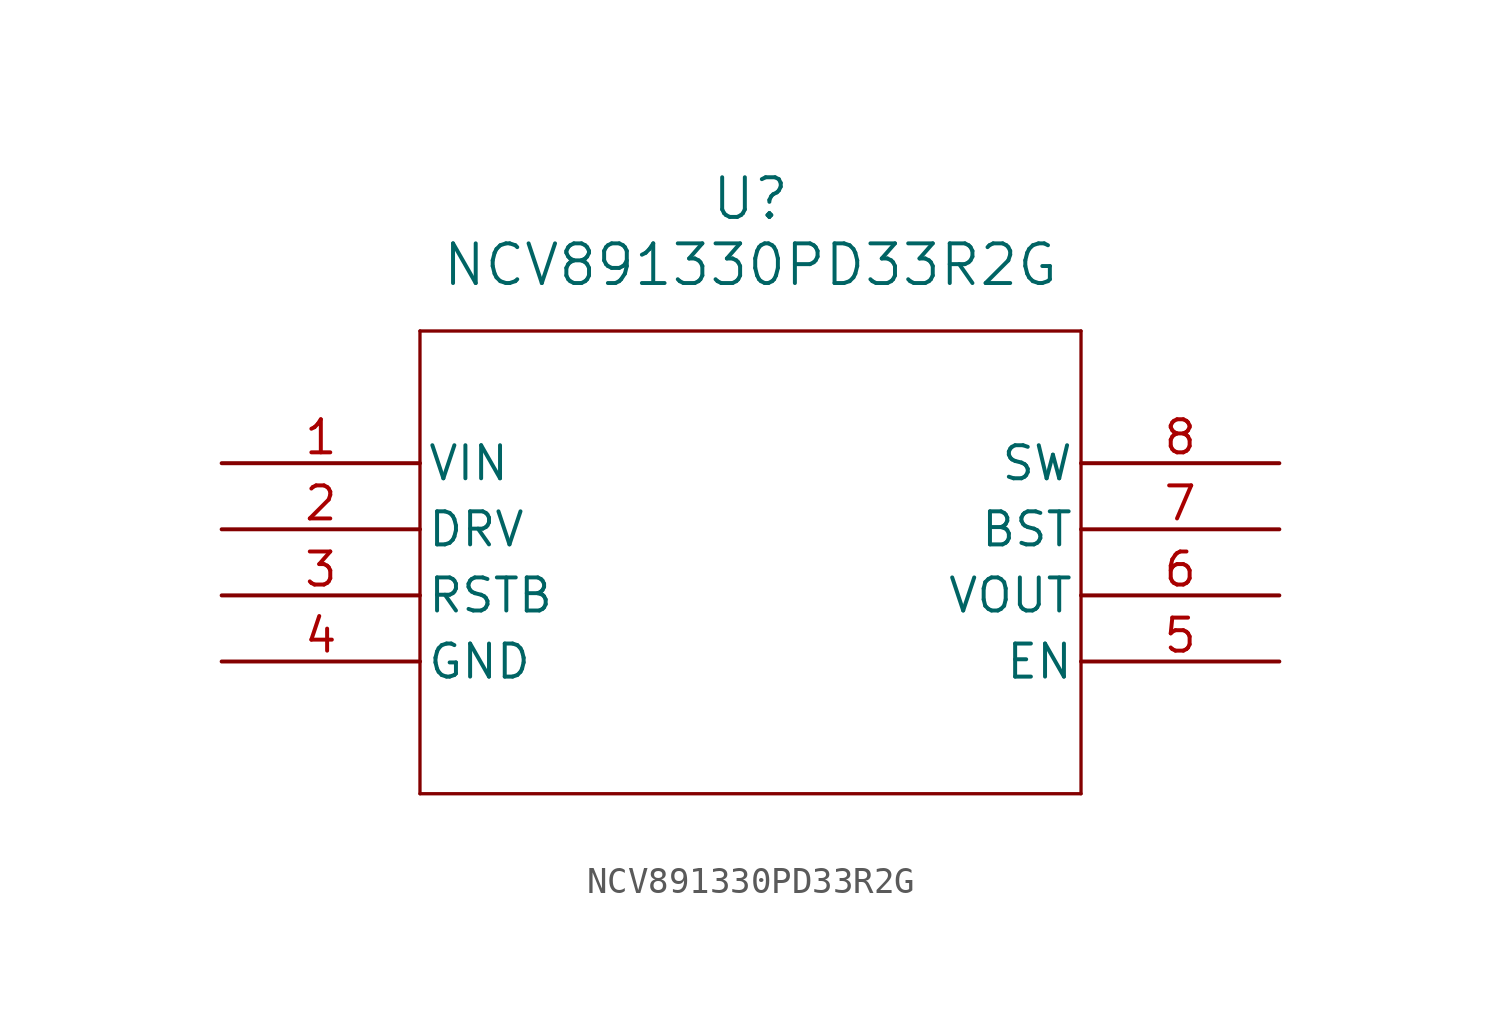
<source format=kicad_sym>
(kicad_symbol_lib
  (version 20211014)
  (generator kicad_symbol_editor)
  (symbol "NCV891330PD33R2G"
    (pin_names
      (offset 0.254))
    (property "Reference" "U"
      (at 20.32 10.16 0)
      (effects (font (size 1.524 1.524))))
    (property "Value" "NCV891330PD33R2G"
      (at 20.32 7.62 0)
      (effects (font (size 1.524 1.524))))
    (symbol "NCV891330PD33R2G_0_1"
      (polyline (pts (xy 7.62 5.08) (xy 7.62 -12.7)) (stroke (width 0.127) (type default) (color 0 0 0 0)) (fill (type none)))
      (polyline (pts (xy 7.62 -12.7) (xy 33.02 -12.7)) (stroke (width 0.127) (type default) (color 0 0 0 0)) (fill (type none)))
      (polyline (pts (xy 33.02 -12.7) (xy 33.02 5.08)) (stroke (width 0.127) (type default) (color 0 0 0 0)) (fill (type none)))
      (polyline (pts (xy 33.02 5.08) (xy 7.62 5.08)) (stroke (width 0.127) (type default) (color 0 0 0 0)) (fill (type none)))
      (pin input line (at 0 0 0) (length 7.62) (name "VIN" (effects (font (size 1.27 1.27)))) (number "1" (effects (font (size 1.27 1.27)))))
      (pin output line (at 0 -2.54 0) (length 7.62) (name "DRV" (effects (font (size 1.27 1.27)))) (number "2" (effects (font (size 1.27 1.27)))))
      (pin output line (at 0 -5.08 0) (length 7.62) (name "RSTB" (effects (font (size 1.27 1.27)))) (number "3" (effects (font (size 1.27 1.27)))))
      (pin power_in line (at 0 -7.62 0) (length 7.62) (name "GND" (effects (font (size 1.27 1.27)))) (number "4" (effects (font (size 1.27 1.27)))))
      (pin input line (at 40.64 -7.62 180) (length 7.62) (name "EN" (effects (font (size 1.27 1.27)))) (number "5" (effects (font (size 1.27 1.27)))))
      (pin output line (at 40.64 -5.08 180) (length 7.62) (name "VOUT" (effects (font (size 1.27 1.27)))) (number "6" (effects (font (size 1.27 1.27)))))
      (pin input line (at 40.64 -2.54 180) (length 7.62) (name "BST" (effects (font (size 1.27 1.27)))) (number "7" (effects (font (size 1.27 1.27)))))
      (pin output line (at 40.64 0 180) (length 7.62) (name "SW" (effects (font (size 1.27 1.27)))) (number "8" (effects (font (size 1.27 1.27))))))))
</source>
